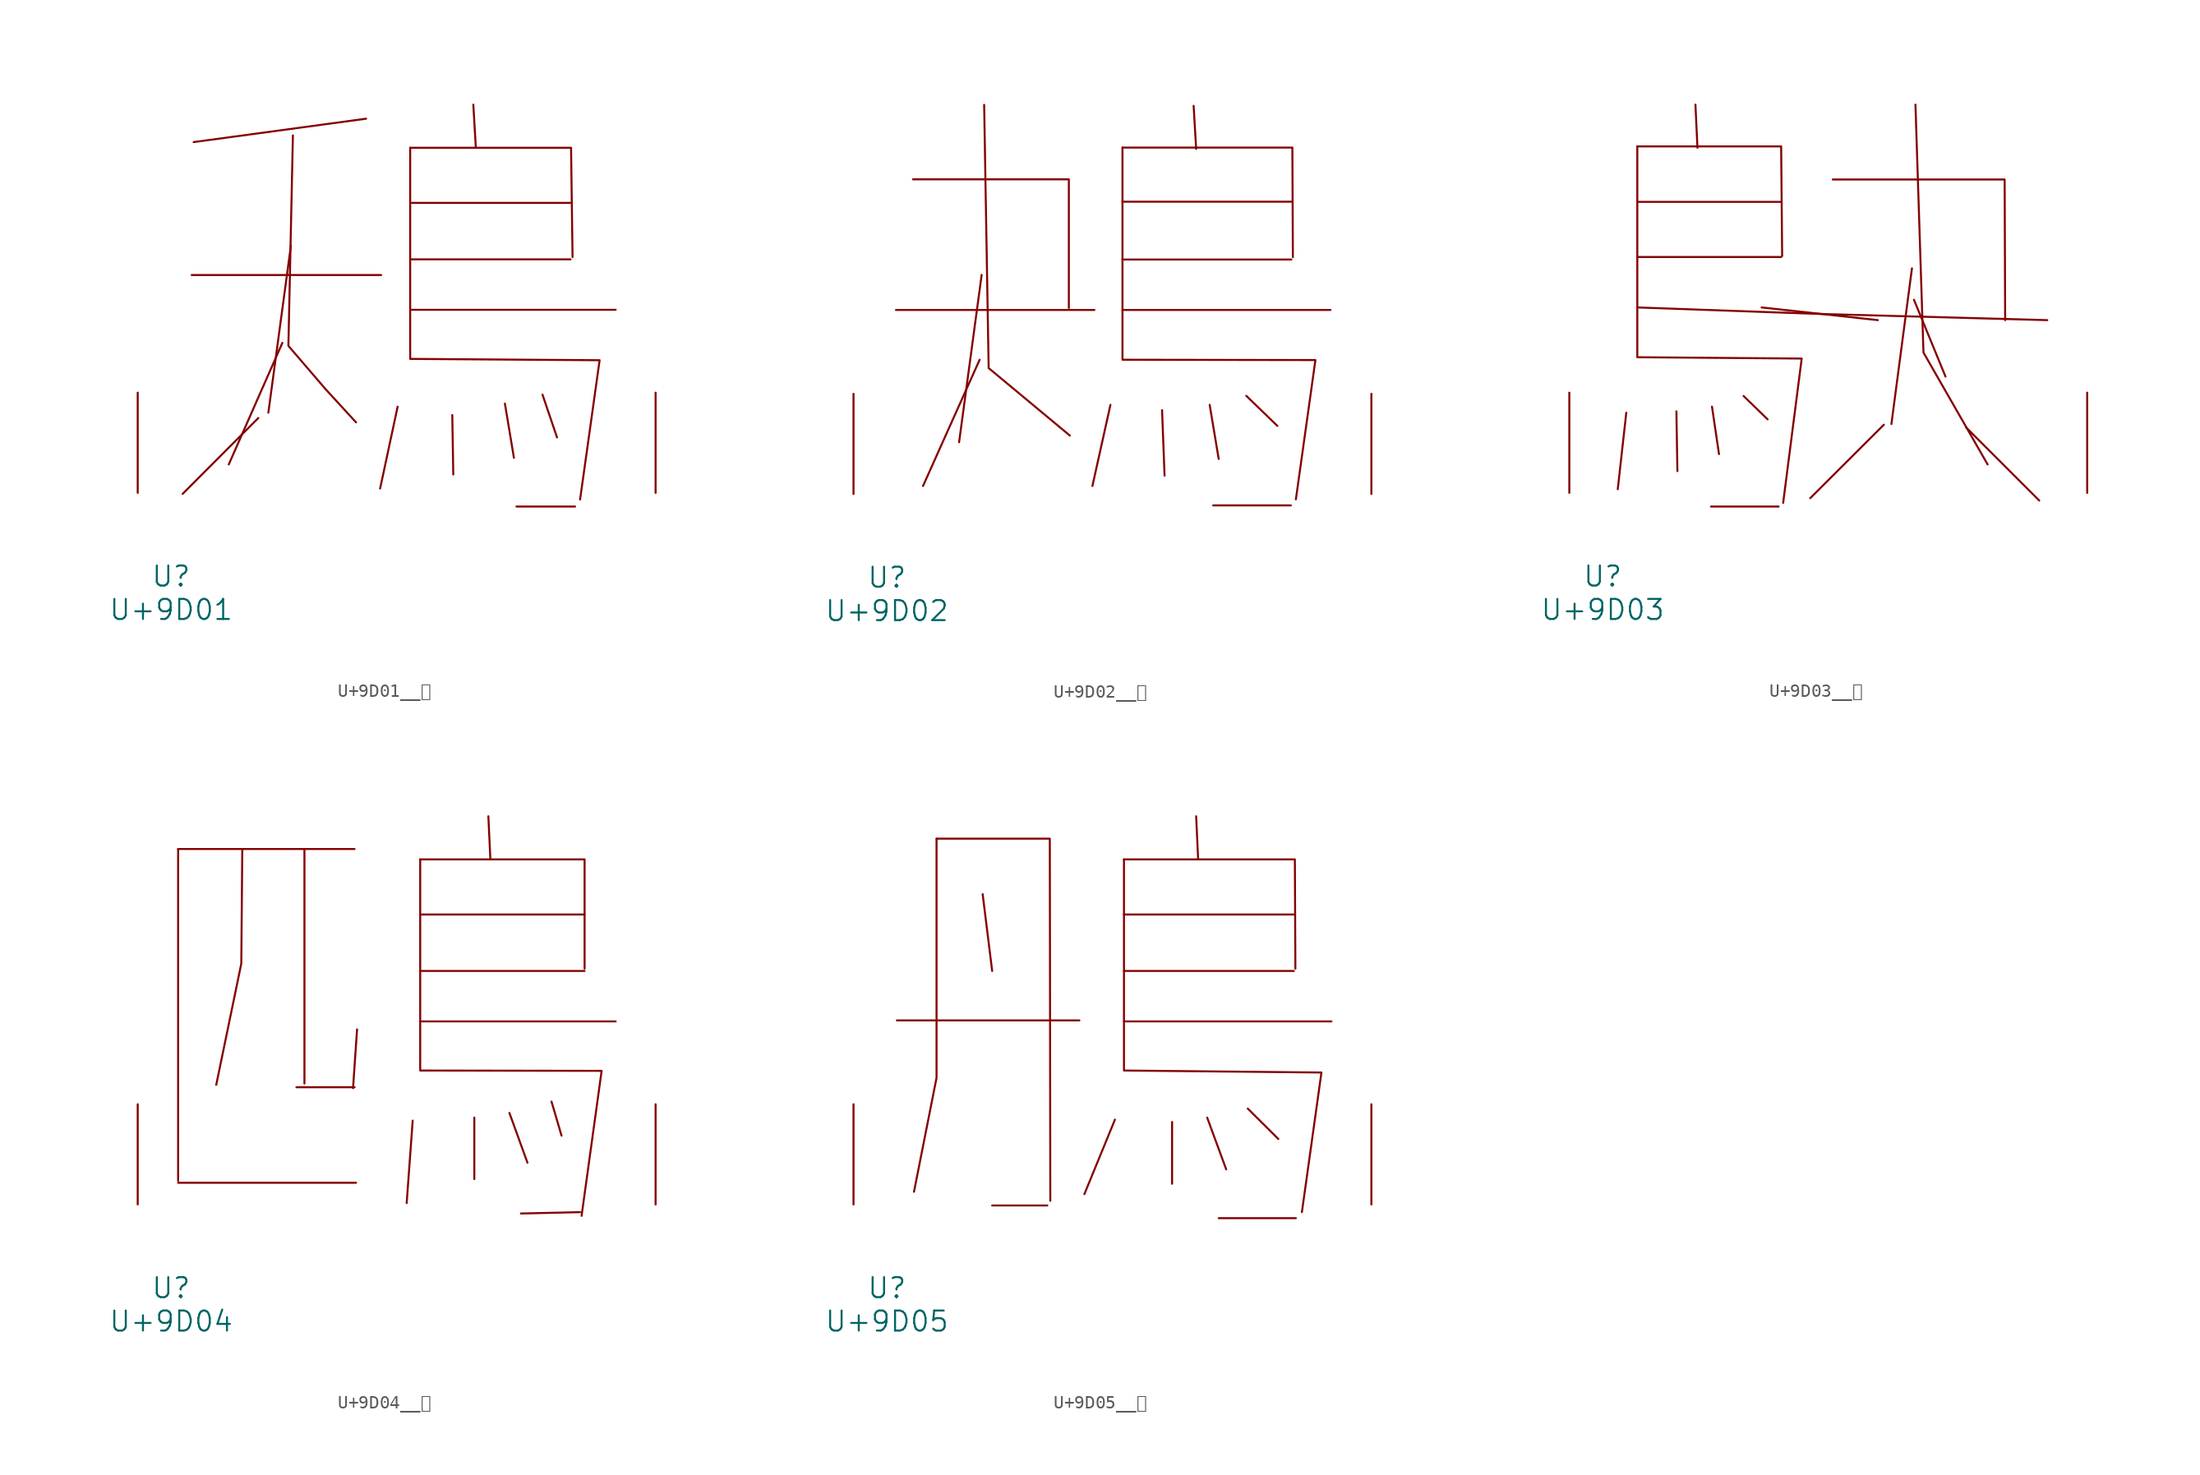
<source format=kicad_sym>
(kicad_symbol_lib
  (version 20231120)
  (generator "kicad_symbol_editor")
  (generator_version "8.0")
  (symbol "U+9D01__鴁"
    (pin_names
      (offset 1.016))
    (property "Reference" "U"
      (at 0 -6.35 0)
      (effects (font (size 1.524 1.524))))
    (property "Value" "U+9D01"
      (at 0 -8.89 0)
      (effects (font (size 1.524 1.524))))
    (symbol "U+9D01__鴁_0_1"
      (polyline (pts (xy 1.562 16.561) (xy 15.964 16.561)) (stroke (width 0) (type solid)) (fill (type none)))
      (polyline (pts (xy 6.629 5.69) (xy 0.876 -0.076)) (stroke (width 0) (type solid)) (fill (type none)))
      (polyline (pts (xy 8.458 11.405) (xy 4.381 2.159)) (stroke (width 0) (type solid)) (fill (type none)))
      (polyline (pts (xy 9.106 18.796) (xy 7.391 6.096)) (stroke (width 0) (type solid)) (fill (type none)))
      (polyline (pts (xy 14.821 28.448) (xy 1.714 26.67)) (stroke (width 0) (type solid)) (fill (type none)))
      (polyline (pts (xy 17.221 6.553) (xy 15.888 0.33)) (stroke (width 0) (type solid)) (fill (type none)))
      (polyline (pts (xy 18.174 13.919) (xy 33.795 13.919)) (stroke (width 0) (type solid)) (fill (type none)))
      (polyline (pts (xy 18.174 17.755) (xy 30.366 17.755)) (stroke (width 0) (type solid)) (fill (type none)))
      (polyline (pts (xy 18.174 22.047) (xy 30.366 22.047)) (stroke (width 0) (type solid)) (fill (type none)))
      (polyline (pts (xy 21.374 5.918) (xy 21.45 1.397)) (stroke (width 0) (type solid)) (fill (type none)))
      (polyline (pts (xy 22.974 29.515) (xy 23.165 26.238)) (stroke (width 0) (type solid)) (fill (type none)))
      (polyline (pts (xy 25.375 6.782) (xy 26.06 2.667)) (stroke (width 0) (type solid)) (fill (type none)))
      (polyline (pts (xy 26.251 -1.041) (xy 30.709 -1.041)) (stroke (width 0) (type solid)) (fill (type none)))
      (polyline (pts (xy 28.232 7.468) (xy 29.337 4.216)) (stroke (width 0) (type solid)) (fill (type none)))
      (polyline (pts (xy 18.174 26.238) (xy 30.404 26.238) (xy 30.518 17.932)) (stroke (width 0) (type solid)) (fill (type none)))
      (polyline (pts (xy 9.258 27.178) (xy 8.915 11.176) (xy 11.773 7.849) (xy 14.059 5.359)) (stroke (width 0) (type solid)) (fill (type none)))
      (polyline (pts (xy 18.174 26.238) (xy 18.174 10.185) (xy 32.575 10.084) (xy 31.09 -0.508)) (stroke (width 0) (type solid)) (fill (type none)))
      (pin input line (at -2.54 0 90) (length 7.62) (name "~" (effects (font (size 1.27 1.27)))) (number "~" (effects (font (size 1.27 1.27)))))
      (pin input line (at 36.83 0 90) (length 7.62) (name "~" (effects (font (size 1.27 1.27)))) (number "~" (effects (font (size 1.27 1.27)))))))
  (symbol "U+9D02__鴂"
    (pin_names
      (offset 1.016))
    (property "Reference" "U"
      (at 0 -6.35 0)
      (effects (font (size 1.524 1.524))))
    (property "Value" "U+9D02"
      (at 0 -8.89 0)
      (effects (font (size 1.524 1.524))))
    (symbol "U+9D02__鴂_0_1"
      (polyline (pts (xy 0.686 13.995) (xy 15.773 13.995)) (stroke (width 0) (type solid)) (fill (type none)))
      (polyline (pts (xy 7.048 10.211) (xy 2.743 0.61)) (stroke (width 0) (type solid)) (fill (type none)))
      (polyline (pts (xy 7.201 16.662) (xy 5.486 3.937)) (stroke (width 0) (type solid)) (fill (type none)))
      (polyline (pts (xy 16.993 6.782) (xy 15.621 0.61)) (stroke (width 0) (type solid)) (fill (type none)))
      (polyline (pts (xy 17.907 13.995) (xy 33.718 13.995)) (stroke (width 0) (type solid)) (fill (type none)))
      (polyline (pts (xy 17.907 17.831) (xy 30.747 17.831)) (stroke (width 0) (type solid)) (fill (type none)))
      (polyline (pts (xy 17.907 22.225) (xy 30.747 22.225)) (stroke (width 0) (type solid)) (fill (type none)))
      (polyline (pts (xy 20.917 6.375) (xy 21.107 1.397)) (stroke (width 0) (type solid)) (fill (type none)))
      (polyline (pts (xy 23.317 29.515) (xy 23.508 26.238)) (stroke (width 0) (type solid)) (fill (type none)))
      (polyline (pts (xy 24.536 6.782) (xy 25.222 2.667)) (stroke (width 0) (type solid)) (fill (type none)))
      (polyline (pts (xy 24.803 -0.864) (xy 30.709 -0.864)) (stroke (width 0) (type solid)) (fill (type none)))
      (polyline (pts (xy 27.318 7.468) (xy 29.68 5.182)) (stroke (width 0) (type solid)) (fill (type none)))
      (polyline (pts (xy 1.981 23.927) (xy 13.83 23.927) (xy 13.83 14.148)) (stroke (width 0) (type solid)) (fill (type none)))
      (polyline (pts (xy 7.391 29.591) (xy 7.734 9.576) (xy 13.906 4.445)) (stroke (width 0) (type solid)) (fill (type none)))
      (polyline (pts (xy 17.907 26.34) (xy 30.823 26.34) (xy 30.861 18.009)) (stroke (width 0) (type solid)) (fill (type none)))
      (polyline (pts (xy 17.907 26.34) (xy 17.907 10.211) (xy 32.575 10.185) (xy 31.09 -0.406)) (stroke (width 0) (type solid)) (fill (type none)))
      (pin input line (at -2.54 0 90) (length 7.62) (name "~" (effects (font (size 1.27 1.27)))) (number "~" (effects (font (size 1.27 1.27)))))
      (pin input line (at 36.83 0 90) (length 7.62) (name "~" (effects (font (size 1.27 1.27)))) (number "~" (effects (font (size 1.27 1.27)))))))
  (symbol "U+9D03__鴃"
    (pin_names
      (offset 1.016))
    (property "Reference" "U"
      (at 0 -6.35 0)
      (effects (font (size 1.524 1.524))))
    (property "Value" "U+9D03"
      (at 0 -8.89 0)
      (effects (font (size 1.524 1.524))))
    (symbol "U+9D03__鴃_0_1"
      (polyline (pts (xy 1.791 6.096) (xy 1.143 0.279)) (stroke (width 0) (type solid)) (fill (type none)))
      (polyline (pts (xy 2.629 17.932) (xy 13.564 17.932)) (stroke (width 0) (type solid)) (fill (type none)))
      (polyline (pts (xy 2.629 22.123) (xy 13.564 22.123)) (stroke (width 0) (type solid)) (fill (type none)))
      (polyline (pts (xy 5.601 6.198) (xy 5.677 1.651)) (stroke (width 0) (type solid)) (fill (type none)))
      (polyline (pts (xy 7.048 29.515) (xy 7.201 26.238)) (stroke (width 0) (type solid)) (fill (type none)))
      (polyline (pts (xy 8.23 -1.041) (xy 13.373 -1.041)) (stroke (width 0) (type solid)) (fill (type none)))
      (polyline (pts (xy 8.306 6.553) (xy 8.839 2.946)) (stroke (width 0) (type solid)) (fill (type none)))
      (polyline (pts (xy 10.706 7.366) (xy 12.535 5.588)) (stroke (width 0) (type solid)) (fill (type none)))
      (polyline (pts (xy 12.078 14.097) (xy 20.917 13.132)) (stroke (width 0) (type solid)) (fill (type none)))
      (polyline (pts (xy 21.374 5.182) (xy 15.773 -0.406)) (stroke (width 0) (type solid)) (fill (type none)))
      (polyline (pts (xy 23.508 17.069) (xy 21.946 5.232)) (stroke (width 0) (type solid)) (fill (type none)))
      (polyline (pts (xy 23.66 14.681) (xy 26.06 8.839)) (stroke (width 0) (type solid)) (fill (type none)))
      (polyline (pts (xy 27.622 4.978) (xy 33.185 -0.584)) (stroke (width 0) (type solid)) (fill (type none)))
      (polyline (pts (xy 2.629 14.097) (xy 16.116 13.614) (xy 33.795 13.132)) (stroke (width 0) (type solid)) (fill (type none)))
      (polyline (pts (xy 2.629 26.34) (xy 13.564 26.34) (xy 13.64 18.009)) (stroke (width 0) (type solid)) (fill (type none)))
      (polyline (pts (xy 17.488 23.825) (xy 30.556 23.825) (xy 30.594 13.132)) (stroke (width 0) (type solid)) (fill (type none)))
      (polyline (pts (xy 23.774 29.515) (xy 24.384 10.668) (xy 29.261 2.159)) (stroke (width 0) (type solid)) (fill (type none)))
      (polyline (pts (xy 2.629 26.34) (xy 2.629 10.312) (xy 15.126 10.211) (xy 13.716 -0.762)) (stroke (width 0) (type solid)) (fill (type none)))
      (pin input line (at -2.54 0 90) (length 7.62) (name "~" (effects (font (size 1.27 1.27)))) (number "~" (effects (font (size 1.27 1.27)))))
      (pin input line (at 36.83 0 90) (length 7.62) (name "~" (effects (font (size 1.27 1.27)))) (number "~" (effects (font (size 1.27 1.27)))))))
  (symbol "U+9D04__鴄"
    (pin_names
      (offset 1.016))
    (property "Reference" "U"
      (at 0 -6.35 0)
      (effects (font (size 1.524 1.524))))
    (property "Value" "U+9D04"
      (at 0 -8.89 0)
      (effects (font (size 1.524 1.524))))
    (symbol "U+9D04__鴄_0_1"
      (polyline (pts (xy 0.533 1.651) (xy 14.059 1.651)) (stroke (width 0) (type solid)) (fill (type none)))
      (polyline (pts (xy 0.533 27.026) (xy 0.533 1.803)) (stroke (width 0) (type solid)) (fill (type none)))
      (polyline (pts (xy 0.533 27.026) (xy 13.945 27.026)) (stroke (width 0) (type solid)) (fill (type none)))
      (polyline (pts (xy 9.525 8.915) (xy 13.945 8.915)) (stroke (width 0) (type solid)) (fill (type none)))
      (polyline (pts (xy 10.135 27.026) (xy 10.135 9.195)) (stroke (width 0) (type solid)) (fill (type none)))
      (polyline (pts (xy 14.135 13.31) (xy 13.83 8.839)) (stroke (width 0) (type solid)) (fill (type none)))
      (polyline (pts (xy 18.364 6.375) (xy 17.907 0.102)) (stroke (width 0) (type solid)) (fill (type none)))
      (polyline (pts (xy 18.936 13.919) (xy 33.795 13.919)) (stroke (width 0) (type solid)) (fill (type none)))
      (polyline (pts (xy 18.936 17.755) (xy 31.433 17.755)) (stroke (width 0) (type solid)) (fill (type none)))
      (polyline (pts (xy 18.936 22.047) (xy 31.433 22.047)) (stroke (width 0) (type solid)) (fill (type none)))
      (polyline (pts (xy 23.05 6.604) (xy 23.05 1.93)) (stroke (width 0) (type solid)) (fill (type none)))
      (polyline (pts (xy 24.117 29.515) (xy 24.27 26.238)) (stroke (width 0) (type solid)) (fill (type none)))
      (polyline (pts (xy 25.718 6.96) (xy 27.089 3.175)) (stroke (width 0) (type solid)) (fill (type none)))
      (polyline (pts (xy 28.918 7.823) (xy 29.68 5.232)) (stroke (width 0) (type solid)) (fill (type none)))
      (polyline (pts (xy 31.09 -0.584) (xy 26.594 -0.686)) (stroke (width 0) (type solid)) (fill (type none)))
      (polyline (pts (xy 5.41 27.026) (xy 5.334 18.313) (xy 3.429 9.093)) (stroke (width 0) (type solid)) (fill (type none)))
      (polyline (pts (xy 18.936 26.238) (xy 31.433 26.238) (xy 31.433 17.932)) (stroke (width 0) (type solid)) (fill (type none)))
      (polyline (pts (xy 18.936 26.238) (xy 18.936 10.185) (xy 32.728 10.16) (xy 31.204 -0.864)) (stroke (width 0) (type solid)) (fill (type none)))
      (pin input line (at -2.54 0 90) (length 7.62) (name "~" (effects (font (size 1.27 1.27)))) (number "~" (effects (font (size 1.27 1.27)))))
      (pin input line (at 36.83 0 90) (length 7.62) (name "~" (effects (font (size 1.27 1.27)))) (number "~" (effects (font (size 1.27 1.27)))))))
  (symbol "U+9D05__鴅"
    (pin_names
      (offset 1.016))
    (property "Reference" "U"
      (at 0 -6.35 0)
      (effects (font (size 1.524 1.524))))
    (property "Value" "U+9D05"
      (at 0 -8.89 0)
      (effects (font (size 1.524 1.524))))
    (symbol "U+9D05__鴅_0_1"
      (polyline (pts (xy 0.762 13.995) (xy 14.63 13.995)) (stroke (width 0) (type solid)) (fill (type none)))
      (polyline (pts (xy 7.277 23.597) (xy 8.001 17.755)) (stroke (width 0) (type solid)) (fill (type none)))
      (polyline (pts (xy 8.001 -0.076) (xy 12.192 -0.076)) (stroke (width 0) (type solid)) (fill (type none)))
      (polyline (pts (xy 17.335 6.452) (xy 15.011 0.787)) (stroke (width 0) (type solid)) (fill (type none)))
      (polyline (pts (xy 18.021 13.919) (xy 33.795 13.919)) (stroke (width 0) (type solid)) (fill (type none)))
      (polyline (pts (xy 18.021 17.755) (xy 30.937 17.755)) (stroke (width 0) (type solid)) (fill (type none)))
      (polyline (pts (xy 18.021 22.047) (xy 30.937 22.047)) (stroke (width 0) (type solid)) (fill (type none)))
      (polyline (pts (xy 21.679 6.274) (xy 21.679 1.575)) (stroke (width 0) (type solid)) (fill (type none)))
      (polyline (pts (xy 23.508 29.515) (xy 23.66 26.238)) (stroke (width 0) (type solid)) (fill (type none)))
      (polyline (pts (xy 24.346 6.604) (xy 25.794 2.667)) (stroke (width 0) (type solid)) (fill (type none)))
      (polyline (pts (xy 25.222 -1.041) (xy 31.09 -1.041)) (stroke (width 0) (type solid)) (fill (type none)))
      (polyline (pts (xy 27.432 7.29) (xy 29.756 4.978)) (stroke (width 0) (type solid)) (fill (type none)))
      (polyline (pts (xy 3.772 27.813) (xy 3.772 9.627) (xy 2.057 0.965)) (stroke (width 0) (type solid)) (fill (type none)))
      (polyline (pts (xy 3.772 27.813) (xy 12.383 27.813) (xy 12.421 0.279)) (stroke (width 0) (type solid)) (fill (type none)))
      (polyline (pts (xy 18.021 26.238) (xy 31.013 26.238) (xy 31.052 17.932)) (stroke (width 0) (type solid)) (fill (type none)))
      (polyline (pts (xy 18.021 26.238) (xy 18.021 10.185) (xy 33.033 10.033) (xy 31.547 -0.584)) (stroke (width 0) (type solid)) (fill (type none)))
      (pin input line (at -2.54 0 90) (length 7.62) (name "~" (effects (font (size 1.27 1.27)))) (number "~" (effects (font (size 1.27 1.27)))))
      (pin input line (at 36.83 0 90) (length 7.62) (name "~" (effects (font (size 1.27 1.27)))) (number "~" (effects (font (size 1.27 1.27))))))))
</source>
